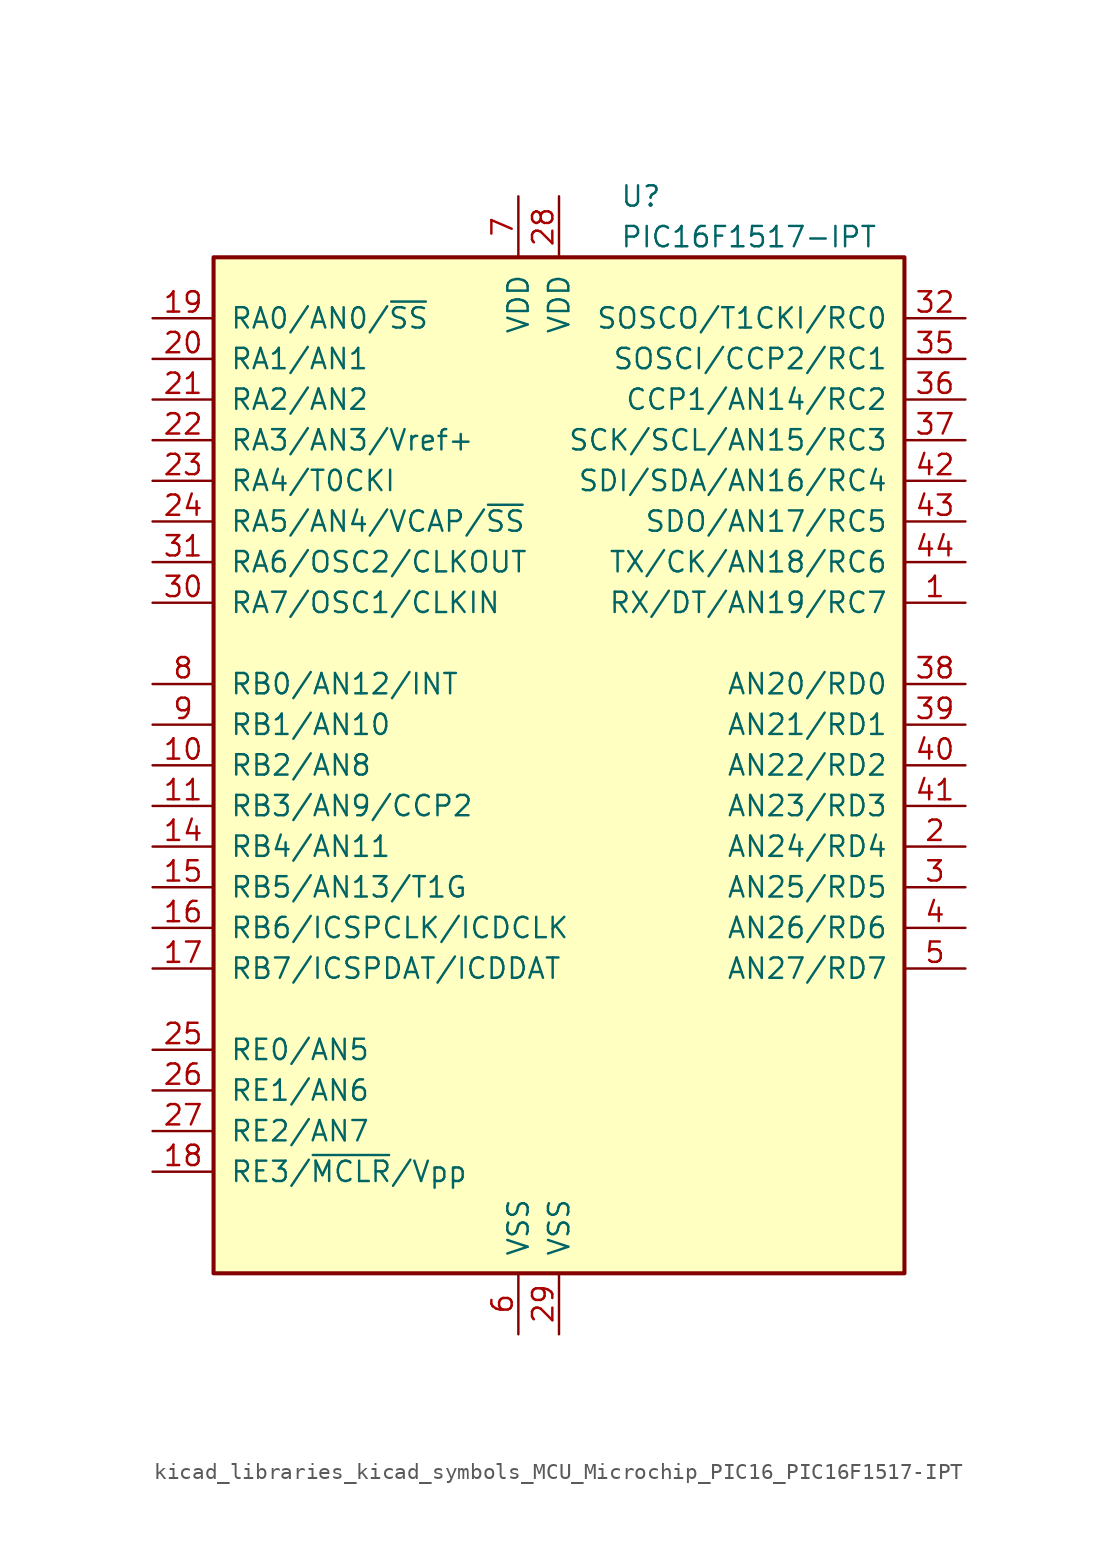
<source format=kicad_sym>
(kicad_symbol_lib
  (version 20220914)
  (generator kicad_symbol_editor)
  (symbol "kicad_libraries_kicad_symbols_MCU_Microchip_PIC16_PIC16F1517-IPT"
    (pin_names
      (offset 1.016))
    (property "Reference" "U"
      (at 3.81 35.56 0)
      (effects (font (size 1.27 1.27)) (justify left)))
    (property "Value" "PIC16F1517-IPT"
      (at 3.81 33.02 0)
      (effects (font (size 1.27 1.27)) (justify left)))
    (symbol "kicad_libraries_kicad_symbols_MCU_Microchip_PIC16_PIC16F1517-IPT_0_1"
      (rectangle (start -21.59 31.75) (end 21.59 -31.75) (stroke (width 0.254) (type default)) (fill (type background))))
    (symbol "kicad_libraries_kicad_symbols_MCU_Microchip_PIC16_PIC16F1517-IPT_1_1"
      (pin bidirectional line (at 25.4 10.16 180) (length 3.81) (name "RX/DT/AN19/RC7" (effects (font (size 1.27 1.27)))) (number "1" (effects (font (size 1.27 1.27)))))
      (pin bidirectional line (at -25.4 0 0) (length 3.81) (name "RB2/AN8" (effects (font (size 1.27 1.27)))) (number "10" (effects (font (size 1.27 1.27)))))
      (pin bidirectional line (at -25.4 -2.54 0) (length 3.81) (name "RB3/AN9/CCP2" (effects (font (size 1.27 1.27)))) (number "11" (effects (font (size 1.27 1.27)))))
      (pin bidirectional line (at -25.4 -5.08 0) (length 3.81) (name "RB4/AN11" (effects (font (size 1.27 1.27)))) (number "14" (effects (font (size 1.27 1.27)))))
      (pin bidirectional line (at -25.4 -7.62 0) (length 3.81) (name "RB5/AN13/T1G" (effects (font (size 1.27 1.27)))) (number "15" (effects (font (size 1.27 1.27)))))
      (pin bidirectional line (at -25.4 -10.16 0) (length 3.81) (name "RB6/ICSPCLK/ICDCLK" (effects (font (size 1.27 1.27)))) (number "16" (effects (font (size 1.27 1.27)))))
      (pin bidirectional line (at -25.4 -12.7 0) (length 3.81) (name "RB7/ICSPDAT/ICDDAT" (effects (font (size 1.27 1.27)))) (number "17" (effects (font (size 1.27 1.27)))))
      (pin input line (at -25.4 -25.4 0) (length 3.81) (name "RE3/~{MCLR}/Vpp" (effects (font (size 1.27 1.27)))) (number "18" (effects (font (size 1.27 1.27)))))
      (pin bidirectional line (at -25.4 27.94 0) (length 3.81) (name "RA0/AN0/~{SS}" (effects (font (size 1.27 1.27)))) (number "19" (effects (font (size 1.27 1.27)))))
      (pin bidirectional line (at 25.4 -5.08 180) (length 3.81) (name "AN24/RD4" (effects (font (size 1.27 1.27)))) (number "2" (effects (font (size 1.27 1.27)))))
      (pin bidirectional line (at -25.4 25.4 0) (length 3.81) (name "RA1/AN1" (effects (font (size 1.27 1.27)))) (number "20" (effects (font (size 1.27 1.27)))))
      (pin bidirectional line (at -25.4 22.86 0) (length 3.81) (name "RA2/AN2" (effects (font (size 1.27 1.27)))) (number "21" (effects (font (size 1.27 1.27)))))
      (pin bidirectional line (at -25.4 20.32 0) (length 3.81) (name "RA3/AN3/Vref+" (effects (font (size 1.27 1.27)))) (number "22" (effects (font (size 1.27 1.27)))))
      (pin bidirectional line (at -25.4 17.78 0) (length 3.81) (name "RA4/T0CKI" (effects (font (size 1.27 1.27)))) (number "23" (effects (font (size 1.27 1.27)))))
      (pin bidirectional line (at -25.4 15.24 0) (length 3.81) (name "RA5/AN4/VCAP/~{SS}" (effects (font (size 1.27 1.27)))) (number "24" (effects (font (size 1.27 1.27)))))
      (pin bidirectional line (at -25.4 -17.78 0) (length 3.81) (name "RE0/AN5" (effects (font (size 1.27 1.27)))) (number "25" (effects (font (size 1.27 1.27)))))
      (pin bidirectional line (at -25.4 -20.32 0) (length 3.81) (name "RE1/AN6" (effects (font (size 1.27 1.27)))) (number "26" (effects (font (size 1.27 1.27)))))
      (pin bidirectional line (at -25.4 -22.86 0) (length 3.81) (name "RE2/AN7" (effects (font (size 1.27 1.27)))) (number "27" (effects (font (size 1.27 1.27)))))
      (pin power_in line (at 0 35.56 270) (length 3.81) (name "VDD" (effects (font (size 1.27 1.27)))) (number "28" (effects (font (size 1.27 1.27)))))
      (pin power_in line (at 0 -35.56 90) (length 3.81) (name "VSS" (effects (font (size 1.27 1.27)))) (number "29" (effects (font (size 1.27 1.27)))))
      (pin bidirectional line (at 25.4 -7.62 180) (length 3.81) (name "AN25/RD5" (effects (font (size 1.27 1.27)))) (number "3" (effects (font (size 1.27 1.27)))))
      (pin bidirectional line (at -25.4 10.16 0) (length 3.81) (name "RA7/OSC1/CLKIN" (effects (font (size 1.27 1.27)))) (number "30" (effects (font (size 1.27 1.27)))))
      (pin bidirectional line (at -25.4 12.7 0) (length 3.81) (name "RA6/OSC2/CLKOUT" (effects (font (size 1.27 1.27)))) (number "31" (effects (font (size 1.27 1.27)))))
      (pin bidirectional line (at 25.4 27.94 180) (length 3.81) (name "SOSCO/T1CKI/RC0" (effects (font (size 1.27 1.27)))) (number "32" (effects (font (size 1.27 1.27)))))
      (pin bidirectional line (at 25.4 25.4 180) (length 3.81) (name "SOSCI/CCP2/RC1" (effects (font (size 1.27 1.27)))) (number "35" (effects (font (size 1.27 1.27)))))
      (pin bidirectional line (at 25.4 22.86 180) (length 3.81) (name "CCP1/AN14/RC2" (effects (font (size 1.27 1.27)))) (number "36" (effects (font (size 1.27 1.27)))))
      (pin bidirectional line (at 25.4 20.32 180) (length 3.81) (name "SCK/SCL/AN15/RC3" (effects (font (size 1.27 1.27)))) (number "37" (effects (font (size 1.27 1.27)))))
      (pin bidirectional line (at 25.4 5.08 180) (length 3.81) (name "AN20/RD0" (effects (font (size 1.27 1.27)))) (number "38" (effects (font (size 1.27 1.27)))))
      (pin bidirectional line (at 25.4 2.54 180) (length 3.81) (name "AN21/RD1" (effects (font (size 1.27 1.27)))) (number "39" (effects (font (size 1.27 1.27)))))
      (pin bidirectional line (at 25.4 -10.16 180) (length 3.81) (name "AN26/RD6" (effects (font (size 1.27 1.27)))) (number "4" (effects (font (size 1.27 1.27)))))
      (pin bidirectional line (at 25.4 0 180) (length 3.81) (name "AN22/RD2" (effects (font (size 1.27 1.27)))) (number "40" (effects (font (size 1.27 1.27)))))
      (pin bidirectional line (at 25.4 -2.54 180) (length 3.81) (name "AN23/RD3" (effects (font (size 1.27 1.27)))) (number "41" (effects (font (size 1.27 1.27)))))
      (pin bidirectional line (at 25.4 17.78 180) (length 3.81) (name "SDI/SDA/AN16/RC4" (effects (font (size 1.27 1.27)))) (number "42" (effects (font (size 1.27 1.27)))))
      (pin bidirectional line (at 25.4 15.24 180) (length 3.81) (name "SDO/AN17/RC5" (effects (font (size 1.27 1.27)))) (number "43" (effects (font (size 1.27 1.27)))))
      (pin bidirectional line (at 25.4 12.7 180) (length 3.81) (name "TX/CK/AN18/RC6" (effects (font (size 1.27 1.27)))) (number "44" (effects (font (size 1.27 1.27)))))
      (pin bidirectional line (at 25.4 -12.7 180) (length 3.81) (name "AN27/RD7" (effects (font (size 1.27 1.27)))) (number "5" (effects (font (size 1.27 1.27)))))
      (pin power_in line (at -2.54 -35.56 90) (length 3.81) (name "VSS" (effects (font (size 1.27 1.27)))) (number "6" (effects (font (size 1.27 1.27)))))
      (pin power_in line (at -2.54 35.56 270) (length 3.81) (name "VDD" (effects (font (size 1.27 1.27)))) (number "7" (effects (font (size 1.27 1.27)))))
      (pin bidirectional line (at -25.4 5.08 0) (length 3.81) (name "RB0/AN12/INT" (effects (font (size 1.27 1.27)))) (number "8" (effects (font (size 1.27 1.27)))))
      (pin bidirectional line (at -25.4 2.54 0) (length 3.81) (name "RB1/AN10" (effects (font (size 1.27 1.27)))) (number "9" (effects (font (size 1.27 1.27))))))))
</source>
